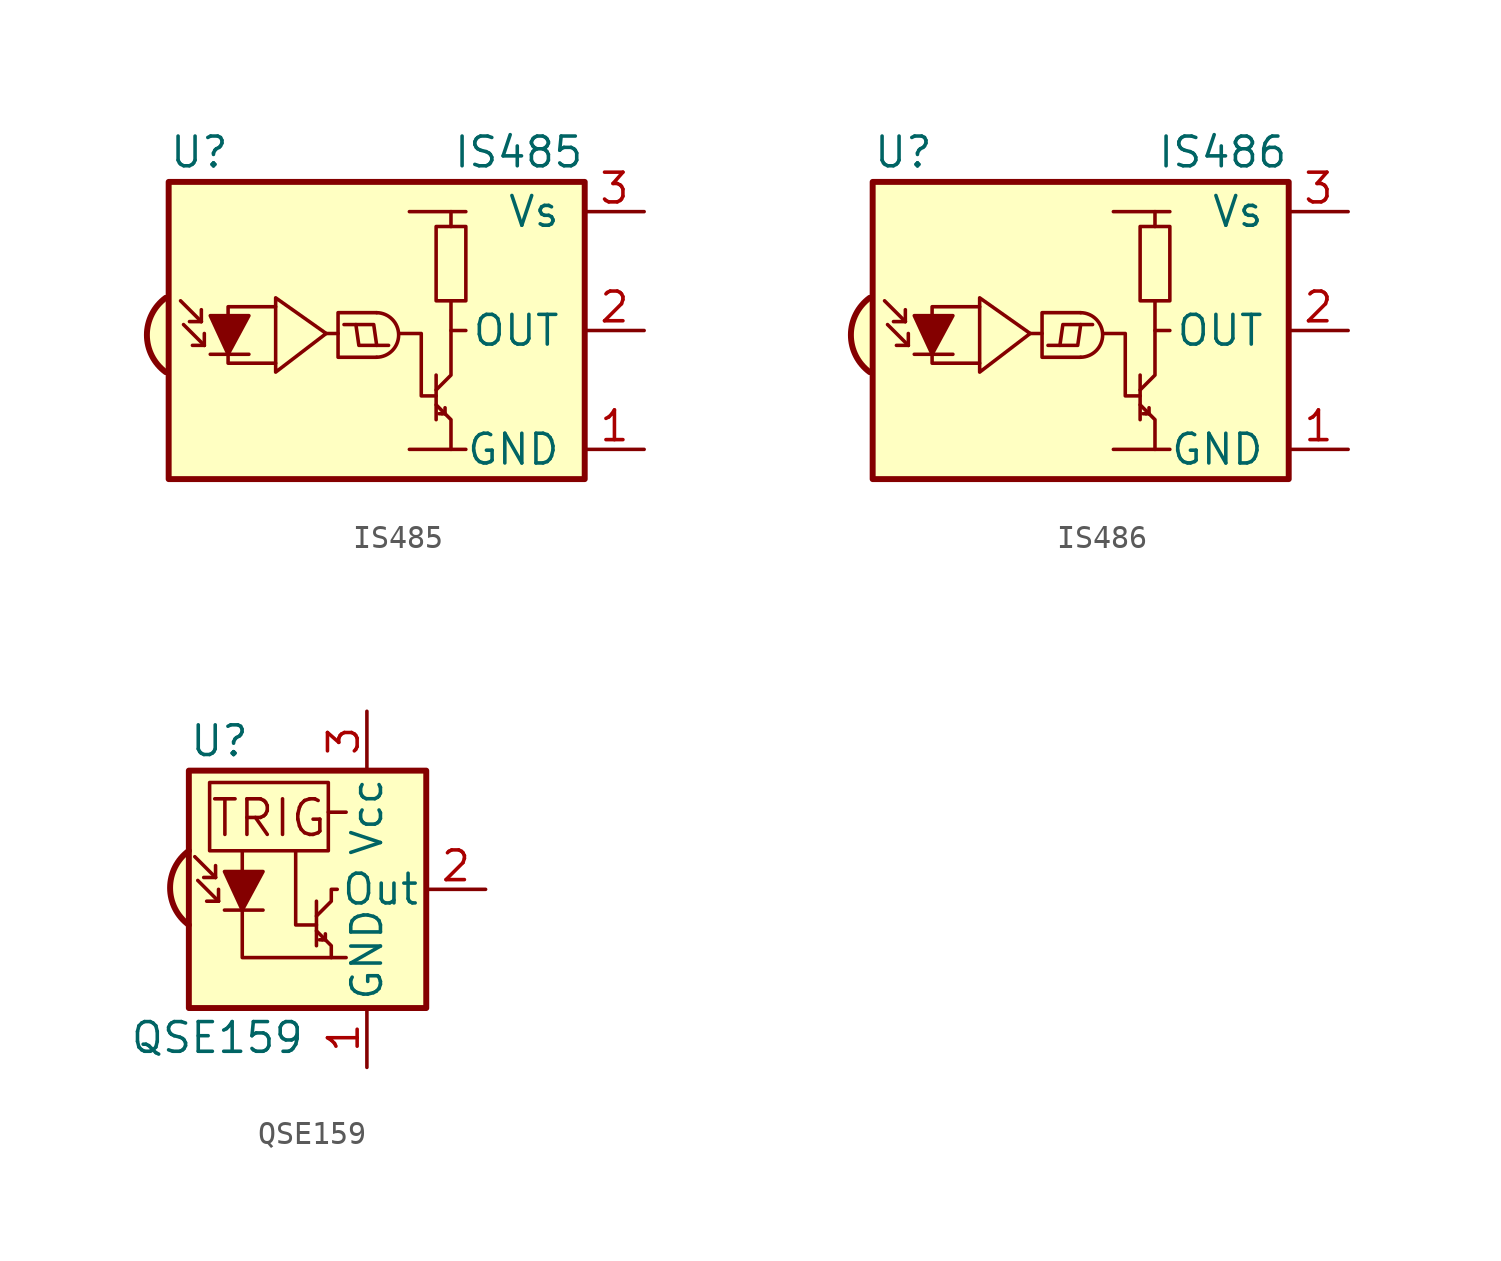
<source format=kicad_sym>
(kicad_symbol_lib
  (version 20211014)
  (generator kicad_symbol_editor)
  (symbol "IS485"
    (pin_names
      (offset 1.016))
    (property "Reference" "U"
      (at -10.16 7.62 0)
      (effects (font (size 1.27 1.27)) (justify left)))
    (property "Value" "IS485"
      (at 7.62 7.62 0)
      (effects (font (size 1.27 1.27)) (justify right)))
    (symbol "IS485_0_0"
      (arc (start -10.287 1.397) (mid -11.0899 -0.1905) (end -10.287 -1.778) (stroke (width 0.254) (type default) (color 0 0 0 0)) (fill (type background)))
      (polyline (pts (xy 1.905 -5.08) (xy 0.127 -5.08)) (stroke (width 0) (type default) (color 0 0 0 0)) (fill (type none)))
      (polyline (pts (xy 1.905 5.08) (xy 0.127 5.08)) (stroke (width 0) (type default) (color 0 0 0 0)) (fill (type none))))
    (symbol "IS485_0_1"
      (arc (start -1.27 -1.143) (mid -0.3047 -0.1905) (end -1.27 0.762) (stroke (width 0) (type default) (color 0 0 0 0)) (fill (type none)))
      (polyline (pts (xy -8.763 0.381) (xy -9.652 1.27)) (stroke (width 0) (type default) (color 0 0 0 0)) (fill (type none)))
      (polyline (pts (xy -8.763 0.381) (xy -9.271 0.381)) (stroke (width 0) (type default) (color 0 0 0 0)) (fill (type none)))
      (polyline (pts (xy -8.763 0.381) (xy -8.763 0.889)) (stroke (width 0) (type default) (color 0 0 0 0)) (fill (type none)))
      (polyline (pts (xy -8.636 -0.635) (xy -9.525 0.254)) (stroke (width 0) (type default) (color 0 0 0 0)) (fill (type none)))
      (polyline (pts (xy -8.636 -0.635) (xy -9.144 -0.635)) (stroke (width 0) (type default) (color 0 0 0 0)) (fill (type none)))
      (polyline (pts (xy -8.636 -0.635) (xy -8.636 -0.127)) (stroke (width 0) (type default) (color 0 0 0 0)) (fill (type none)))
      (polyline (pts (xy -8.382 -1.016) (xy -6.731 -1.016)) (stroke (width 0) (type default) (color 0 0 0 0)) (fill (type none)))
      (polyline (pts (xy -3.429 -0.127) (xy -2.921 -0.127)) (stroke (width 0) (type default) (color 0 0 0 0)) (fill (type none)))
      (polyline (pts (xy 1.27 -1.905) (xy 1.27 -3.81)) (stroke (width 0) (type default) (color 0 0 0 0)) (fill (type none)))
      (polyline (pts (xy 1.397 -3.556) (xy 1.524 -3.556)) (stroke (width 0) (type default) (color 0 0 0 0)) (fill (type none)))
      (polyline (pts (xy 1.651 -3.556) (xy 1.524 -3.556)) (stroke (width 0) (type default) (color 0 0 0 0)) (fill (type none)))
      (polyline (pts (xy 1.651 -3.556) (xy 1.651 -3.302)) (stroke (width 0) (type default) (color 0 0 0 0)) (fill (type none)))
      (polyline (pts (xy 1.905 0) (xy 1.905 1.27)) (stroke (width 0) (type default) (color 0 0 0 0)) (fill (type none)))
      (polyline (pts (xy -2.667 0.254) (xy -1.397 0.254) (xy -1.27 -0.635)) (stroke (width 0) (type default) (color 0 0 0 0)) (fill (type none)))
      (polyline (pts (xy -0.762 -0.635) (xy -2.032 -0.635) (xy -2.159 0.254)) (stroke (width 0) (type default) (color 0 0 0 0)) (fill (type none)))
      (polyline (pts (xy 1.905 4.445) (xy 1.905 5.08) (xy 2.54 5.08)) (stroke (width 0) (type default) (color 0 0 0 0)) (fill (type none)))
      (polyline (pts (xy -8.382 0.635) (xy -6.731 0.635) (xy -7.62 -1.016) (xy -8.382 0.635)) (stroke (width 0) (type default) (color 0 0 0 0)) (fill (type outline)))
      (polyline (pts (xy -5.588 -1.397) (xy -7.62 -1.397) (xy -7.62 1.016) (xy -5.588 1.016)) (stroke (width 0) (type default) (color 0 0 0 0)) (fill (type none)))
      (polyline (pts (xy -3.429 -0.127) (xy -5.588 1.397) (xy -5.588 -1.778) (xy -3.429 -0.127)) (stroke (width 0) (type default) (color 0 0 0 0)) (fill (type none)))
      (polyline (pts (xy -1.27 0.762) (xy -2.921 0.762) (xy -2.921 -1.143) (xy -1.27 -1.143)) (stroke (width 0) (type default) (color 0 0 0 0)) (fill (type none)))
      (polyline (pts (xy 1.27 -3.175) (xy 1.905 -3.81) (xy 1.905 -5.08) (xy 2.54 -5.08)) (stroke (width 0) (type default) (color 0 0 0 0)) (fill (type none)))
      (polyline (pts (xy 1.27 -2.794) (xy 0.635 -2.794) (xy 0.635 -0.127) (xy -0.254 -0.127)) (stroke (width 0) (type default) (color 0 0 0 0)) (fill (type none)))
      (polyline (pts (xy 1.27 -2.54) (xy 1.905 -1.905) (xy 1.905 0) (xy 2.54 0)) (stroke (width 0) (type default) (color 0 0 0 0)) (fill (type none)))
      (rectangle (start 2.54 1.27) (end 1.27 4.445) (stroke (width 0) (type default) (color 0 0 0 0)) (fill (type none)))
      (rectangle (start 7.62 6.35) (end -10.16 -6.35) (stroke (width 0.254) (type default) (color 0 0 0 0)) (fill (type background))))
    (symbol "IS485_1_1"
      (pin power_in line (at 10.16 -5.08 180) (length 2.54) (name "GND" (effects (font (size 1.27 1.27)))) (number "1" (effects (font (size 1.27 1.27)))))
      (pin output line (at 10.16 0 180) (length 2.54) (name "OUT" (effects (font (size 1.27 1.27)))) (number "2" (effects (font (size 1.27 1.27)))))
      (pin power_in line (at 10.16 5.08 180) (length 2.54) (name "Vs" (effects (font (size 1.27 1.27)))) (number "3" (effects (font (size 1.27 1.27)))))))
  (symbol "IS486"
    (pin_names
      (offset 1.016))
    (property "Reference" "U"
      (at -10.16 7.62 0)
      (effects (font (size 1.27 1.27)) (justify left)))
    (property "Value" "IS486"
      (at 7.62 7.62 0)
      (effects (font (size 1.27 1.27)) (justify right)))
    (symbol "IS486_0_0"
      (arc (start -10.287 1.397) (mid -11.0899 -0.1905) (end -10.287 -1.778) (stroke (width 0.254) (type default) (color 0 0 0 0)) (fill (type background)))
      (polyline (pts (xy 1.905 -5.08) (xy 0.127 -5.08)) (stroke (width 0) (type default) (color 0 0 0 0)) (fill (type none)))
      (polyline (pts (xy 1.905 5.08) (xy 0.127 5.08)) (stroke (width 0) (type default) (color 0 0 0 0)) (fill (type none))))
    (symbol "IS486_0_1"
      (arc (start -1.27 -1.143) (mid -0.3047 -0.1905) (end -1.27 0.762) (stroke (width 0) (type default) (color 0 0 0 0)) (fill (type none)))
      (polyline (pts (xy -8.763 0.381) (xy -9.652 1.27)) (stroke (width 0) (type default) (color 0 0 0 0)) (fill (type none)))
      (polyline (pts (xy -8.763 0.381) (xy -9.271 0.381)) (stroke (width 0) (type default) (color 0 0 0 0)) (fill (type none)))
      (polyline (pts (xy -8.763 0.381) (xy -8.763 0.889)) (stroke (width 0) (type default) (color 0 0 0 0)) (fill (type none)))
      (polyline (pts (xy -8.636 -0.635) (xy -9.525 0.254)) (stroke (width 0) (type default) (color 0 0 0 0)) (fill (type none)))
      (polyline (pts (xy -8.636 -0.635) (xy -9.144 -0.635)) (stroke (width 0) (type default) (color 0 0 0 0)) (fill (type none)))
      (polyline (pts (xy -8.636 -0.635) (xy -8.636 -0.127)) (stroke (width 0) (type default) (color 0 0 0 0)) (fill (type none)))
      (polyline (pts (xy -8.382 -1.016) (xy -6.731 -1.016)) (stroke (width 0) (type default) (color 0 0 0 0)) (fill (type none)))
      (polyline (pts (xy -3.429 -0.127) (xy -2.921 -0.127)) (stroke (width 0) (type default) (color 0 0 0 0)) (fill (type none)))
      (polyline (pts (xy 1.27 -1.905) (xy 1.27 -3.81)) (stroke (width 0) (type default) (color 0 0 0 0)) (fill (type none)))
      (polyline (pts (xy 1.397 -3.556) (xy 1.524 -3.556)) (stroke (width 0) (type default) (color 0 0 0 0)) (fill (type none)))
      (polyline (pts (xy 1.651 -3.556) (xy 1.524 -3.556)) (stroke (width 0) (type default) (color 0 0 0 0)) (fill (type none)))
      (polyline (pts (xy 1.651 -3.556) (xy 1.651 -3.302)) (stroke (width 0) (type default) (color 0 0 0 0)) (fill (type none)))
      (polyline (pts (xy 1.905 0) (xy 1.905 1.27)) (stroke (width 0) (type default) (color 0 0 0 0)) (fill (type none)))
      (polyline (pts (xy -2.667 -0.635) (xy -1.397 -0.635) (xy -1.27 0.254)) (stroke (width 0) (type default) (color 0 0 0 0)) (fill (type none)))
      (polyline (pts (xy -0.762 0.254) (xy -2.032 0.254) (xy -2.159 -0.635)) (stroke (width 0) (type default) (color 0 0 0 0)) (fill (type none)))
      (polyline (pts (xy 1.905 4.445) (xy 1.905 5.08) (xy 2.54 5.08)) (stroke (width 0) (type default) (color 0 0 0 0)) (fill (type none)))
      (polyline (pts (xy -8.382 0.635) (xy -6.731 0.635) (xy -7.62 -1.016) (xy -8.382 0.635)) (stroke (width 0) (type default) (color 0 0 0 0)) (fill (type outline)))
      (polyline (pts (xy -5.588 -1.397) (xy -7.62 -1.397) (xy -7.62 1.016) (xy -5.588 1.016)) (stroke (width 0) (type default) (color 0 0 0 0)) (fill (type none)))
      (polyline (pts (xy -3.429 -0.127) (xy -5.588 1.397) (xy -5.588 -1.778) (xy -3.429 -0.127)) (stroke (width 0) (type default) (color 0 0 0 0)) (fill (type none)))
      (polyline (pts (xy -1.27 0.762) (xy -2.921 0.762) (xy -2.921 -1.143) (xy -1.27 -1.143)) (stroke (width 0) (type default) (color 0 0 0 0)) (fill (type none)))
      (polyline (pts (xy 1.27 -3.175) (xy 1.905 -3.81) (xy 1.905 -5.08) (xy 2.54 -5.08)) (stroke (width 0) (type default) (color 0 0 0 0)) (fill (type none)))
      (polyline (pts (xy 1.27 -2.794) (xy 0.635 -2.794) (xy 0.635 -0.127) (xy -0.254 -0.127)) (stroke (width 0) (type default) (color 0 0 0 0)) (fill (type none)))
      (polyline (pts (xy 1.27 -2.54) (xy 1.905 -1.905) (xy 1.905 0) (xy 2.54 0)) (stroke (width 0) (type default) (color 0 0 0 0)) (fill (type none)))
      (rectangle (start 2.54 1.27) (end 1.27 4.445) (stroke (width 0) (type default) (color 0 0 0 0)) (fill (type none)))
      (rectangle (start 7.62 6.35) (end -10.16 -6.35) (stroke (width 0.254) (type default) (color 0 0 0 0)) (fill (type background))))
    (symbol "IS486_1_1"
      (pin power_in line (at 10.16 -5.08 180) (length 2.54) (name "GND" (effects (font (size 1.27 1.27)))) (number "1" (effects (font (size 1.27 1.27)))))
      (pin output line (at 10.16 0 180) (length 2.54) (name "OUT" (effects (font (size 1.27 1.27)))) (number "2" (effects (font (size 1.27 1.27)))))
      (pin power_in line (at 10.16 5.08 180) (length 2.54) (name "Vs" (effects (font (size 1.27 1.27)))) (number "3" (effects (font (size 1.27 1.27)))))))
  (symbol "QSE159"
    (pin_names
      (offset 0.254))
    (property "Reference" "U"
      (at -5.08 6.35 0)
      (effects (font (size 1.27 1.27)) (justify left)))
    (property "Value" "QSE159"
      (at -7.62 -6.35 0)
      (effects (font (size 1.27 1.27)) (justify left)))
    (symbol "QSE159_0_0"
      (arc (start -5.08 1.651) (mid -5.8829 0.0635) (end -5.08 -1.524) (stroke (width 0.254) (type default) (color 0 0 0 0)) (fill (type background)))
      (polyline (pts (xy 0.889 3.302) (xy 1.651 3.302)) (stroke (width 0) (type default) (color 0 0 0 0)) (fill (type none)))
      (polyline (pts (xy 0.381 -1.778) (xy 1.016 -2.413) (xy 1.016 -2.921)) (stroke (width 0) (type default) (color 0 0 0 0)) (fill (type none)))
      (polyline (pts (xy 0.381 -1.524) (xy -0.508 -1.524) (xy -0.508 1.651)) (stroke (width 0) (type default) (color 0 0 0 0)) (fill (type none)))
      (polyline (pts (xy 1.651 -2.921) (xy -2.794 -2.921) (xy -2.794 1.651)) (stroke (width 0) (type default) (color 0 0 0 0)) (fill (type none)))
      (polyline (pts (xy 0.381 -1.143) (xy 1.016 -0.508) (xy 1.016 0) (xy 1.27 0)) (stroke (width 0) (type default) (color 0 0 0 0)) (fill (type none)))
      (rectangle (start 0.889 4.572) (end -4.191 1.651) (stroke (width 0) (type default) (color 0 0 0 0)) (fill (type none)))
      (rectangle (start 5.08 5.08) (end -5.08 -5.08) (stroke (width 0.254) (type default) (color 0 0 0 0)) (fill (type background)))
      (text "TRIG" (at -1.651 3.048 0) (effects (font (size 1.524 1.524)))))
    (symbol "QSE159_0_1"
      (polyline (pts (xy -3.937 0.508) (xy -4.826 1.397)) (stroke (width 0) (type default) (color 0 0 0 0)) (fill (type none)))
      (polyline (pts (xy -3.937 0.508) (xy -4.445 0.508)) (stroke (width 0) (type default) (color 0 0 0 0)) (fill (type none)))
      (polyline (pts (xy -3.937 0.508) (xy -3.937 1.016)) (stroke (width 0) (type default) (color 0 0 0 0)) (fill (type none)))
      (polyline (pts (xy -3.81 -0.508) (xy -4.699 0.381)) (stroke (width 0) (type default) (color 0 0 0 0)) (fill (type none)))
      (polyline (pts (xy -3.81 -0.508) (xy -4.318 -0.508)) (stroke (width 0) (type default) (color 0 0 0 0)) (fill (type none)))
      (polyline (pts (xy -3.81 -0.508) (xy -3.81 0)) (stroke (width 0) (type default) (color 0 0 0 0)) (fill (type none)))
      (polyline (pts (xy -3.556 -0.889) (xy -1.905 -0.889)) (stroke (width 0) (type default) (color 0 0 0 0)) (fill (type none)))
      (polyline (pts (xy 0.381 -0.508) (xy 0.381 -2.413)) (stroke (width 0) (type default) (color 0 0 0 0)) (fill (type none)))
      (polyline (pts (xy 0.508 -2.159) (xy 0.635 -2.159)) (stroke (width 0) (type default) (color 0 0 0 0)) (fill (type none)))
      (polyline (pts (xy 0.762 -2.159) (xy 0.635 -2.159)) (stroke (width 0) (type default) (color 0 0 0 0)) (fill (type none)))
      (polyline (pts (xy 0.762 -2.159) (xy 0.762 -1.905)) (stroke (width 0) (type default) (color 0 0 0 0)) (fill (type none)))
      (polyline (pts (xy -3.556 0.762) (xy -1.905 0.762) (xy -2.794 -0.889) (xy -3.556 0.762)) (stroke (width 0) (type default) (color 0 0 0 0)) (fill (type outline))))
    (symbol "QSE159_1_1"
      (pin power_in line (at 2.54 -7.62 90) (length 2.54) (name "GND" (effects (font (size 1.27 1.27)))) (number "1" (effects (font (size 1.27 1.27)))))
      (pin output line (at 7.62 0 180) (length 2.54) (name "Out" (effects (font (size 1.27 1.27)))) (number "2" (effects (font (size 1.27 1.27)))))
      (pin power_in line (at 2.54 7.62 270) (length 2.54) (name "Vcc" (effects (font (size 1.27 1.27)))) (number "3" (effects (font (size 1.27 1.27))))))))
</source>
